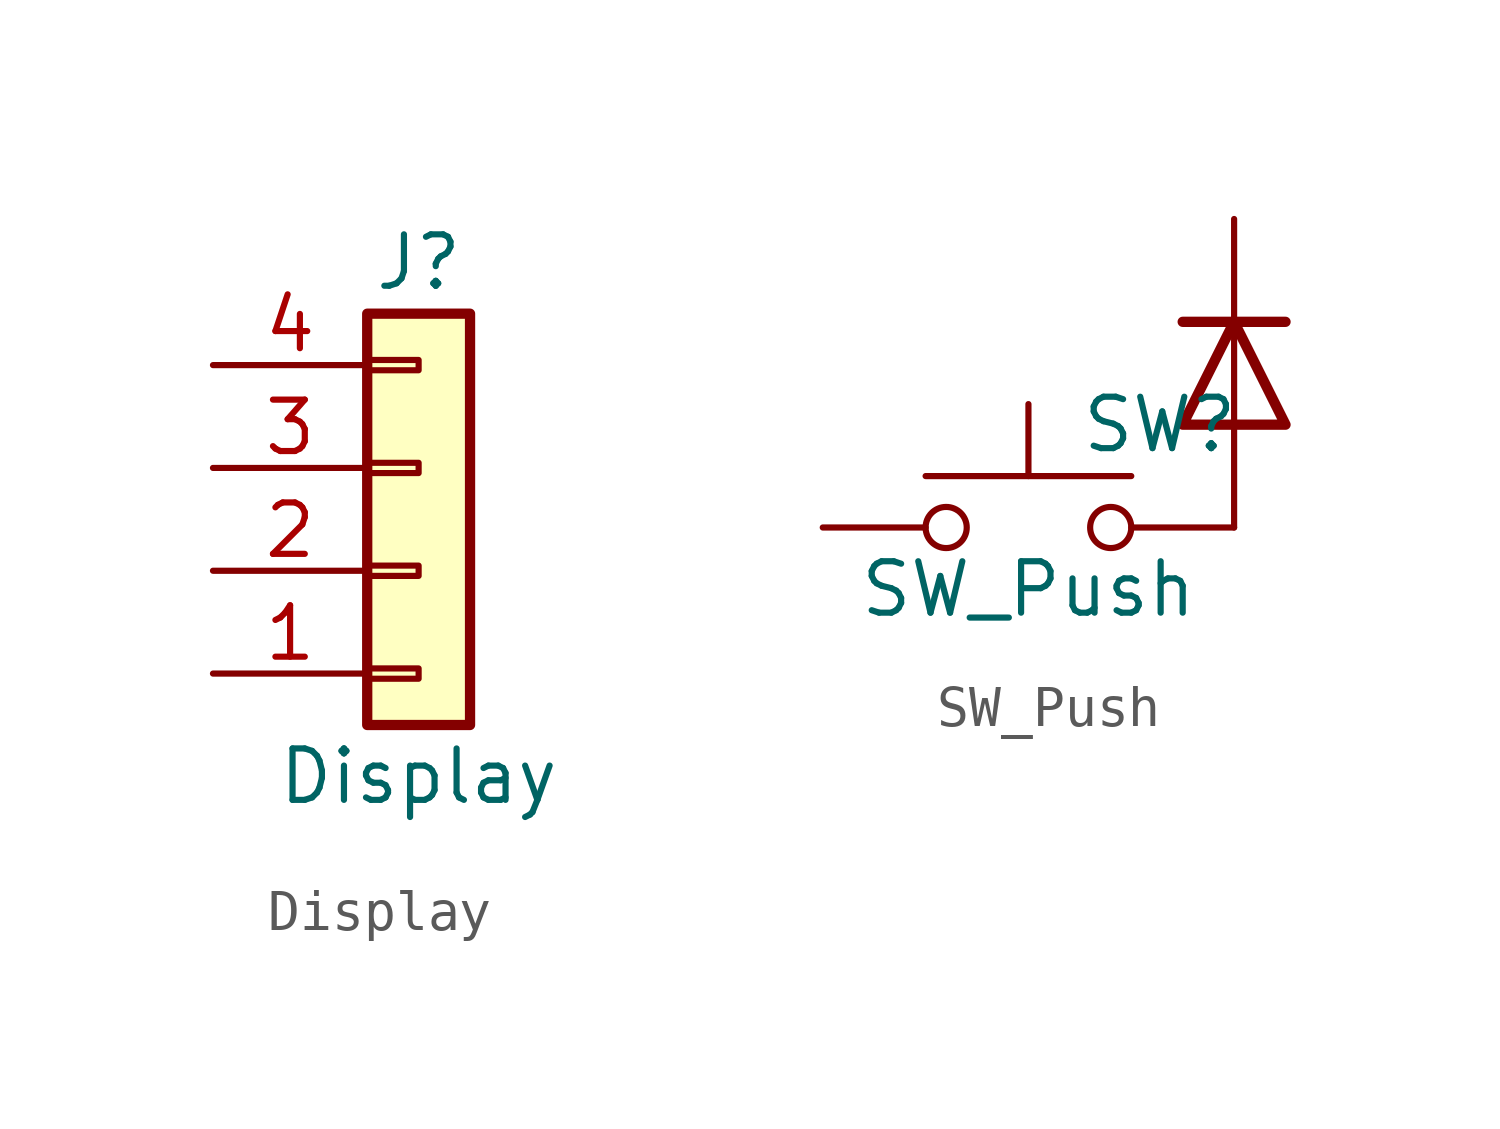
<source format=kicad_sym>
(kicad_symbol_lib
  (version 20241209)
  (generator "kicad_symbol_editor")
  (generator_version "9.0")
  (symbol "Display"
    (pin_names
      (offset 1.016)
      (hide yes))
    (property "Reference" "J"
      (at 0 5.08 0)
      (effects (font (size 1.27 1.27))))
    (property "Value" "Display"
      (at 0 -7.62 0)
      (effects (font (size 1.27 1.27))))
    (symbol "Display_1_1"
      (rectangle (start -1.27 3.81) (end 1.27 -6.35) (stroke (width 0.254) (type default)) (fill (type background)))
      (rectangle (start -1.27 2.667) (end 0 2.413) (stroke (width 0.152) (type default)) (fill (type none)))
      (rectangle (start -1.27 0.127) (end 0 -0.127) (stroke (width 0.152) (type default)) (fill (type none)))
      (rectangle (start -1.27 -2.413) (end 0 -2.667) (stroke (width 0.152) (type default)) (fill (type none)))
      (rectangle (start -1.27 -4.953) (end 0 -5.207) (stroke (width 0.152) (type default)) (fill (type none)))
      (pin passive line (at -5.08 2.54 0) (length 3.81) (name "SDA" (effects (font (size 1.27 1.27)))) (number "4" (effects (font (size 1.27 1.27)))))
      (pin passive line (at -5.08 0 0) (length 3.81) (name "SCL" (effects (font (size 1.27 1.27)))) (number "3" (effects (font (size 1.27 1.27)))))
      (pin passive line (at -5.08 -2.54 0) (length 3.81) (name "VCC" (effects (font (size 1.27 1.27)))) (number "2" (effects (font (size 1.27 1.27)))))
      (pin passive line (at -5.08 -5.08 0) (length 3.81) (name "GND" (effects (font (size 1.27 1.27)))) (number "1" (effects (font (size 1.27 1.27)))))))
  (symbol "SW_Push"
    (pin_numbers
      (hide yes))
    (pin_names
      (offset 1.016)
      (hide yes))
    (property "Reference" "SW"
      (at 1.27 2.54 0)
      (effects (font (size 1.27 1.27)) (justify left)))
    (property "Value" "SW_Push"
      (at 0 -1.524 0)
      (effects (font (size 1.27 1.27))))
    (symbol "SW_Push_0_1"
      (circle (center -2.032 0) (radius 0.508) (stroke (width 0) (type default)) (fill (type none)))
      (polyline (pts (xy 0 1.27) (xy 0 3.048)) (stroke (width 0) (type default)) (fill (type none)))
      (circle (center 2.032 0) (radius 0.508) (stroke (width 0) (type default)) (fill (type none)))
      (polyline (pts (xy 2.54 1.27) (xy -2.54 1.27)) (stroke (width 0) (type default)) (fill (type none)))
      (polyline (pts (xy 5.08 2.54) (xy 5.08 5.08)) (stroke (width 0) (type default)) (fill (type none)))
      (polyline (pts (xy 6.35 5.08) (xy 3.81 5.08)) (stroke (width 0.254) (type default)) (fill (type none)))
      (polyline (pts (xy 6.35 2.54) (xy 3.81 2.54) (xy 5.08 5.08) (xy 6.35 2.54)) (stroke (width 0.254) (type default)) (fill (type none)))
      (pin passive line (at -5.08 0 0) (length 2.54) (name "1" (effects (font (size 1.27 1.27)))) (number "1" (effects (font (size 1.27 1.27)))))
      (pin passive line (at 5.08 0 180) (length 2.54) (name "2" (effects (font (size 1.27 1.27)))) (number "2" (effects (font (size 1.27 1.27))))))
    (symbol "SW_Push_1_1"
      (pin passive line (at 5.08 7.62 270) (length 2.54) (name "K" (effects (font (size 1.27 1.27)))) (number "1" (effects (font (size 1.27 1.27)))))
      (pin passive line (at 5.08 0 90) (length 2.54) (name "A" (effects (font (size 1.27 1.27)))) (number "2" (effects (font (size 1.27 1.27))))))))
</source>
